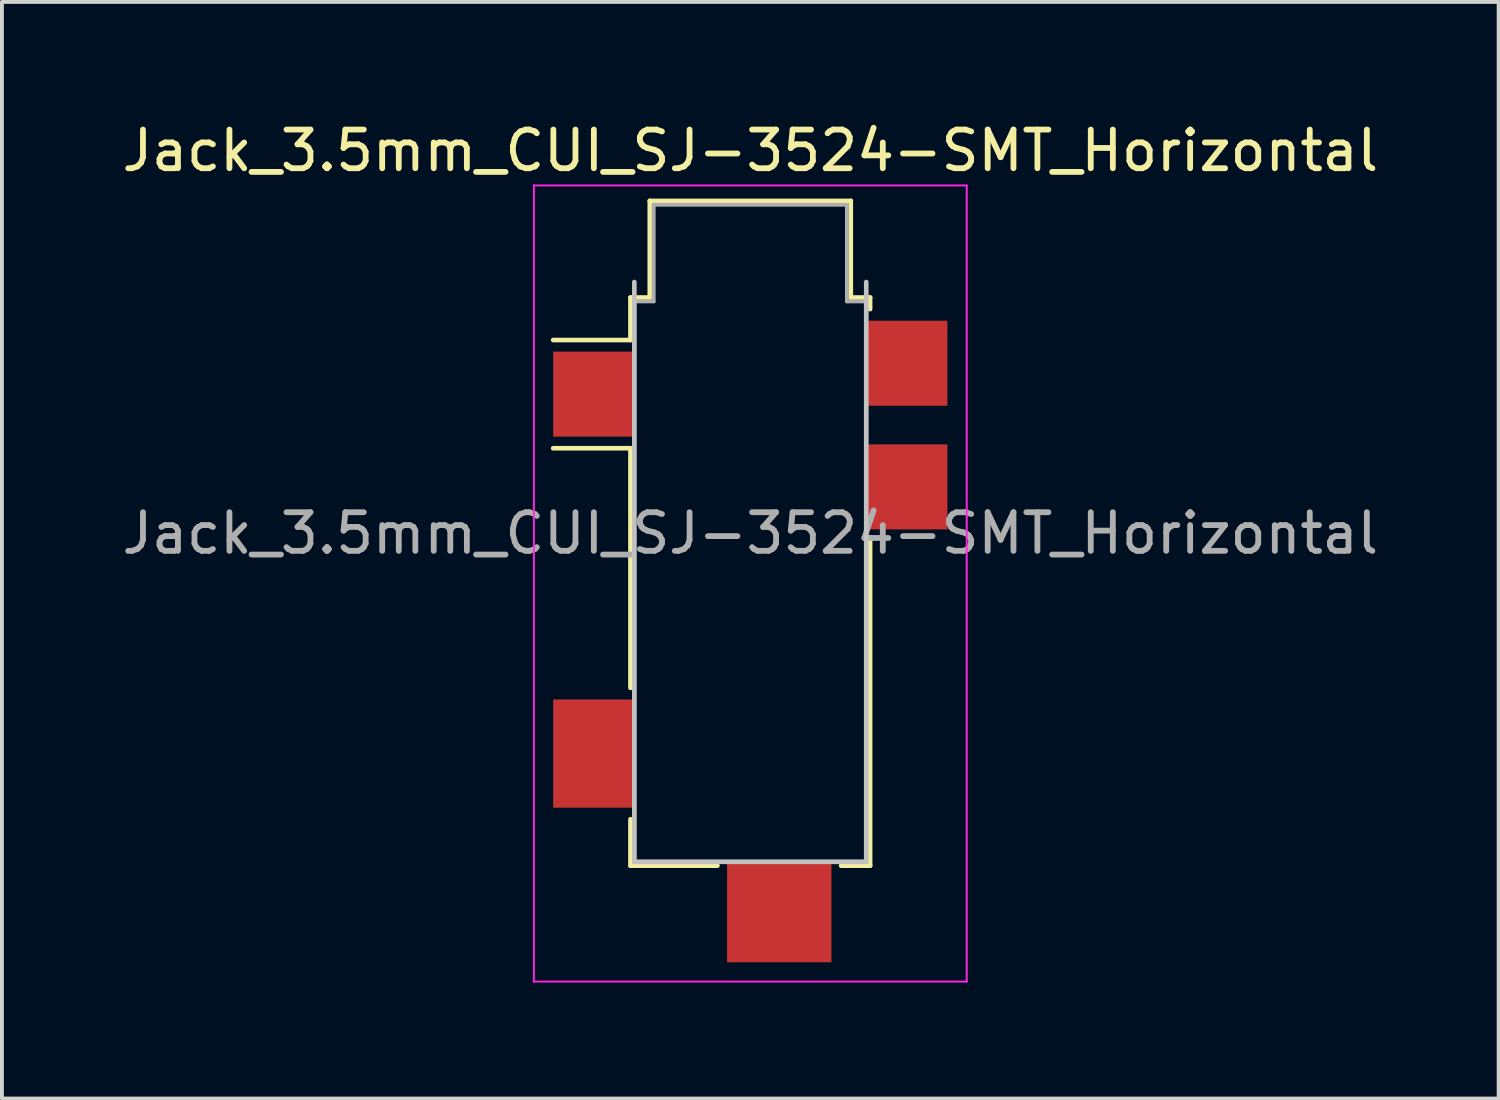
<source format=kicad_pcb>
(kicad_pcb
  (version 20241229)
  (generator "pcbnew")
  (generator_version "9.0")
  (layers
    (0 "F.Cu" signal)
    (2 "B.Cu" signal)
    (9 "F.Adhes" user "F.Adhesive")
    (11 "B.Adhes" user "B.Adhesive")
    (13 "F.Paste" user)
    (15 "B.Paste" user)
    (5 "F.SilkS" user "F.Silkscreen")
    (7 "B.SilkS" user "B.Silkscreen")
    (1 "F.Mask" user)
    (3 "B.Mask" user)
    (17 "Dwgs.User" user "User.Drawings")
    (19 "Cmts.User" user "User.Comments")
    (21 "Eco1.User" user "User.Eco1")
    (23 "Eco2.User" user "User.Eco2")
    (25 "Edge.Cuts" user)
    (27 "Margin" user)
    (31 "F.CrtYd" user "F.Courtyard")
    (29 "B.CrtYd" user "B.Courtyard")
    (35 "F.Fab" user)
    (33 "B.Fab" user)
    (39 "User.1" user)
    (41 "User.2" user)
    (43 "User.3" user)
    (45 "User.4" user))
  (footprint "Jack_3.5mm_CUI_SJ-3524-SMT_Horizontal"
    (layer "F.Cu")
    (at 16.363 8.248)
    (property "Reference" "Jack_3.5mm_CUI_SJ-3524-SMT_Horizontal" (at 0 -7.4 0) (layer "F.SilkS") (effects (font (size 1 1) (thickness 0.15))))
    (attr smd)
    (fp_line (start -3.1 -3.6) (end -2.6 -3.6) (stroke (width 0.12) (type solid)) (layer "F.SilkS"))
    (fp_line (start -3.1 -2.5) (end -5.1 -2.5) (stroke (width 0.12) (type solid)) (layer "F.SilkS"))
    (fp_line (start -3.1 -2.5) (end -3.1 -3.6) (stroke (width 0.12) (type solid)) (layer "F.SilkS"))
    (fp_line (start -3.1 0.3) (end -5.1 0.3) (stroke (width 0.12) (type solid)) (layer "F.SilkS"))
    (fp_line (start -3.1 6.5) (end -3.1 0.3) (stroke (width 0.12) (type solid)) (layer "F.SilkS"))
    (fp_line (start -3.1 11.1) (end -3.1 9.9) (stroke (width 0.12) (type solid)) (layer "F.SilkS"))
    (fp_line (start -2.6 -6.1) (end 2.6 -6.1) (stroke (width 0.12) (type solid)) (layer "F.SilkS"))
    (fp_line (start -2.6 -3.6) (end -2.6 -6.1) (stroke (width 0.12) (type solid)) (layer "F.SilkS"))
    (fp_line (start -0.85 11.1) (end -3.1 11.1) (stroke (width 0.12) (type solid)) (layer "F.SilkS"))
    (fp_line (start 2.6 -6.1) (end 2.6 -3.6) (stroke (width 0.12) (type solid)) (layer "F.SilkS"))
    (fp_line (start 2.6 -3.6) (end 3.1 -3.6) (stroke (width 0.12) (type solid)) (layer "F.SilkS"))
    (fp_line (start 3.1 -3.6) (end 3.1 -3.3) (stroke (width 0.12) (type solid)) (layer "F.SilkS"))
    (fp_line (start 3.1 2.6) (end 3.1 11.1) (stroke (width 0.12) (type solid)) (layer "F.SilkS"))
    (fp_line (start 3.1 11.1) (end 2.35 11.1) (stroke (width 0.12) (type solid)) (layer "F.SilkS"))
    (fp_line (start -3 -4) (end -3 11) (stroke (width 0.12) (type solid)) (layer "Dwgs.User"))
    (fp_line (start -3 11) (end 3 11) (stroke (width 0.12) (type solid)) (layer "Dwgs.User"))
    (fp_line (start 3 11) (end 3 -4) (stroke (width 0.12) (type solid)) (layer "Dwgs.User"))
    (fp_line (start -5.6 -6.5) (end 5.6 -6.5) (stroke (width 0.05) (type solid)) (layer "F.CrtYd"))
    (fp_line (start -5.6 14.1) (end -5.6 -6.5) (stroke (width 0.05) (type solid)) (layer "F.CrtYd"))
    (fp_line (start 5.6 -6.5) (end 5.6 14.1) (stroke (width 0.05) (type solid)) (layer "F.CrtYd"))
    (fp_line (start 5.6 14.1) (end -5.6 14.1) (stroke (width 0.05) (type solid)) (layer "F.CrtYd"))
    (fp_line (start -3 -3.5) (end -2.5 -3.5) (stroke (width 0.1) (type solid)) (layer "F.Fab"))
    (fp_line (start -3 11) (end -3 -3.5) (stroke (width 0.1) (type solid)) (layer "F.Fab"))
    (fp_line (start -2.5 -6) (end 2.5 -6) (stroke (width 0.1) (type solid)) (layer "F.Fab"))
    (fp_line (start -2.5 -3.5) (end -2.5 -6) (stroke (width 0.1) (type solid)) (layer "F.Fab"))
    (fp_line (start 2.5 -6) (end 2.5 -3.5) (stroke (width 0.1) (type solid)) (layer "F.Fab"))
    (fp_line (start 2.5 -3.5) (end 3 -3.5) (stroke (width 0.1) (type solid)) (layer "F.Fab"))
    (fp_line (start 3 -3.5) (end 3 11) (stroke (width 0.1) (type solid)) (layer "F.Fab"))
    (fp_line (start 3 11) (end -3 11) (stroke (width 0.1) (type solid)) (layer "F.Fab"))
    (fp_text user "${REFERENCE}" (at 0 2.5 0) (layer "F.Fab") (effects (font (size 1 1) (thickness 0.15))))
    (pad "G" smd rect (at -4.05 -1.1) (size 2.1 2.2) (layers "F.Cu" "F.Mask" "F.Paste"))
    (pad "S" smd rect (at 4.05 1.3) (size 2.1 2.2) (layers "F.Cu" "F.Mask" "F.Paste"))
    (pad "SN" smd rect (at 4.05 -1.9) (size 2.1 2.2) (layers "F.Cu" "F.Mask" "F.Paste"))
    (pad "T" smd rect (at -4.05 8.2) (size 2.1 2.8) (layers "F.Cu" "F.Mask" "F.Paste"))
    (pad "TN" smd rect (at 0.75 12.3) (size 2.7 2.6) (layers "F.Cu" "F.Mask" "F.Paste")))
  (gr_rect
    (start -3 -3)
    (end 35.726 25.373)
    (stroke (width 0.1) (type default))
    (fill no)
    (layer "Edge.Cuts")))
</source>
